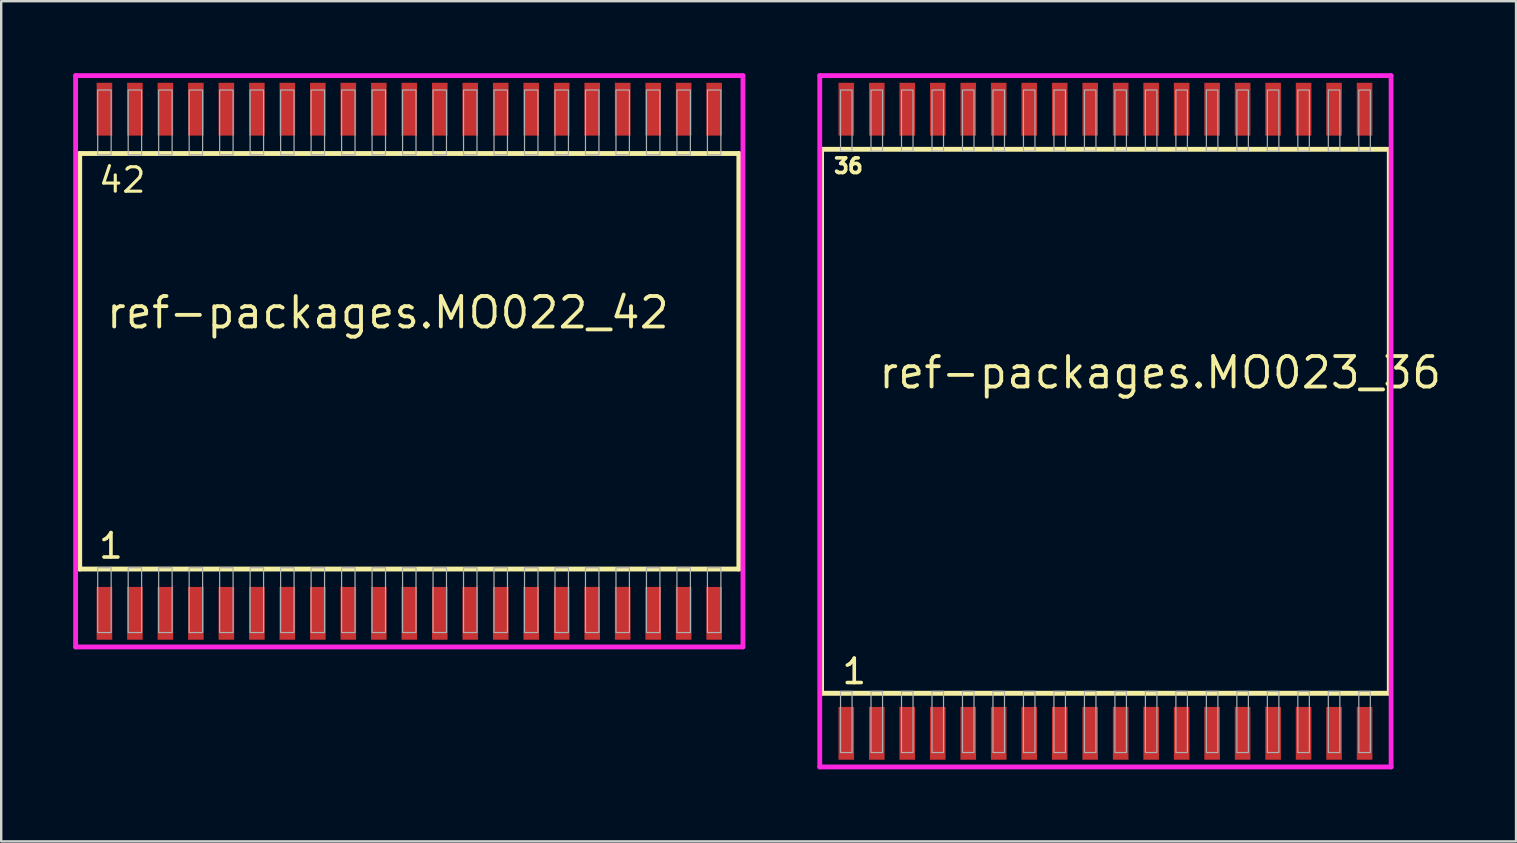
<source format=kicad_pcb>
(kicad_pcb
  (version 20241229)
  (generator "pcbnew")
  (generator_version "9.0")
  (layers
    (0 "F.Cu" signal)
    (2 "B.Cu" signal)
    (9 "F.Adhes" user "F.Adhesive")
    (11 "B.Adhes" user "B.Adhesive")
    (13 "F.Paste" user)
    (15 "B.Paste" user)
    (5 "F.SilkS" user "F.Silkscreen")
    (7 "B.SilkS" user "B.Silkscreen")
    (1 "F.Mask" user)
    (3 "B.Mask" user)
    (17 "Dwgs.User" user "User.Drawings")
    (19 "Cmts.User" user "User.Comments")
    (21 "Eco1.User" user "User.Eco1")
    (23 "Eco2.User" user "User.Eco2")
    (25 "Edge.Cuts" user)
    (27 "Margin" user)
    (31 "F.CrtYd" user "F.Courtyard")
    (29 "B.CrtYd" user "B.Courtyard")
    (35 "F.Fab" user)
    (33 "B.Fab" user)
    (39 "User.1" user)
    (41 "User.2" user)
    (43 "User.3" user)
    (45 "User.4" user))
  (footprint "ref-packages.MO022_42"
    (layer "F.Cu")
    (at 14 12)
    (property "Reference" "ref-packages.MO022_42" (at -12.7 -1.285 0) (layer "F.SilkS") (effects (font (size 1.27 1.27) (thickness 0.16)) (justify left bottom)))
    (attr smd)
    (fp_line (start -13.73 -8.655) (end 13.73 -8.655) (stroke (width 0.203) (type default)) (layer "F.SilkS"))
    (fp_line (start -13.73 8.655) (end -13.73 -8.655) (stroke (width 0.203) (type default)) (layer "F.SilkS"))
    (fp_line (start 13.73 -8.655) (end 13.73 8.655) (stroke (width 0.203) (type default)) (layer "F.SilkS"))
    (fp_line (start 13.73 8.655) (end -13.73 8.655) (stroke (width 0.203) (type default)) (layer "F.SilkS"))
    (fp_line (start -13.9 -11.9) (end 13.9 -11.9) (stroke (width 0.2) (type default)) (layer "F.CrtYd"))
    (fp_line (start -13.9 11.9) (end -13.9 -11.9) (stroke (width 0.2) (type default)) (layer "F.CrtYd"))
    (fp_line (start 13.9 -11.9) (end 13.9 11.9) (stroke (width 0.2) (type default)) (layer "F.CrtYd"))
    (fp_line (start 13.9 11.9) (end -13.9 11.9) (stroke (width 0.2) (type default)) (layer "F.CrtYd"))
    (fp_rect (start -12.98 -8.6) (end -12.42 -11.3) (stroke (width 0.05) (type default)) (fill no) (layer "F.Fab"))
    (fp_rect (start -12.98 11.3) (end -12.42 8.6) (stroke (width 0.05) (type default)) (fill no) (layer "F.Fab"))
    (fp_rect (start -11.71 -8.6) (end -11.15 -11.3) (stroke (width 0.05) (type default)) (fill no) (layer "F.Fab"))
    (fp_rect (start -11.71 11.3) (end -11.15 8.6) (stroke (width 0.05) (type default)) (fill no) (layer "F.Fab"))
    (fp_rect (start -10.44 -8.6) (end -9.88 -11.3) (stroke (width 0.05) (type default)) (fill no) (layer "F.Fab"))
    (fp_rect (start -10.44 11.3) (end -9.88 8.6) (stroke (width 0.05) (type default)) (fill no) (layer "F.Fab"))
    (fp_rect (start -9.17 -8.6) (end -8.61 -11.3) (stroke (width 0.05) (type default)) (fill no) (layer "F.Fab"))
    (fp_rect (start -9.17 11.3) (end -8.61 8.6) (stroke (width 0.05) (type default)) (fill no) (layer "F.Fab"))
    (fp_rect (start -7.9 -8.6) (end -7.34 -11.3) (stroke (width 0.05) (type default)) (fill no) (layer "F.Fab"))
    (fp_rect (start -7.9 11.3) (end -7.34 8.6) (stroke (width 0.05) (type default)) (fill no) (layer "F.Fab"))
    (fp_rect (start -6.63 -8.6) (end -6.07 -11.3) (stroke (width 0.05) (type default)) (fill no) (layer "F.Fab"))
    (fp_rect (start -6.63 11.3) (end -6.07 8.6) (stroke (width 0.05) (type default)) (fill no) (layer "F.Fab"))
    (fp_rect (start -5.36 -8.6) (end -4.8 -11.3) (stroke (width 0.05) (type default)) (fill no) (layer "F.Fab"))
    (fp_rect (start -5.36 11.3) (end -4.8 8.6) (stroke (width 0.05) (type default)) (fill no) (layer "F.Fab"))
    (fp_rect (start -4.09 -8.6) (end -3.53 -11.3) (stroke (width 0.05) (type default)) (fill no) (layer "F.Fab"))
    (fp_rect (start -4.09 11.3) (end -3.53 8.6) (stroke (width 0.05) (type default)) (fill no) (layer "F.Fab"))
    (fp_rect (start -2.82 -8.6) (end -2.26 -11.3) (stroke (width 0.05) (type default)) (fill no) (layer "F.Fab"))
    (fp_rect (start -2.82 11.3) (end -2.26 8.6) (stroke (width 0.05) (type default)) (fill no) (layer "F.Fab"))
    (fp_rect (start -1.55 -8.6) (end -0.99 -11.3) (stroke (width 0.05) (type default)) (fill no) (layer "F.Fab"))
    (fp_rect (start -1.55 11.3) (end -0.99 8.6) (stroke (width 0.05) (type default)) (fill no) (layer "F.Fab"))
    (fp_rect (start -0.28 -8.6) (end 0.28 -11.3) (stroke (width 0.05) (type default)) (fill no) (layer "F.Fab"))
    (fp_rect (start -0.28 11.3) (end 0.28 8.6) (stroke (width 0.05) (type default)) (fill no) (layer "F.Fab"))
    (fp_rect (start 0.99 -8.6) (end 1.55 -11.3) (stroke (width 0.05) (type default)) (fill no) (layer "F.Fab"))
    (fp_rect (start 0.99 11.3) (end 1.55 8.6) (stroke (width 0.05) (type default)) (fill no) (layer "F.Fab"))
    (fp_rect (start 2.26 -8.6) (end 2.82 -11.3) (stroke (width 0.05) (type default)) (fill no) (layer "F.Fab"))
    (fp_rect (start 2.26 11.3) (end 2.82 8.6) (stroke (width 0.05) (type default)) (fill no) (layer "F.Fab"))
    (fp_rect (start 3.53 -8.6) (end 4.09 -11.3) (stroke (width 0.05) (type default)) (fill no) (layer "F.Fab"))
    (fp_rect (start 3.53 11.3) (end 4.09 8.6) (stroke (width 0.05) (type default)) (fill no) (layer "F.Fab"))
    (fp_rect (start 4.8 -8.6) (end 5.36 -11.3) (stroke (width 0.05) (type default)) (fill no) (layer "F.Fab"))
    (fp_rect (start 4.8 11.3) (end 5.36 8.6) (stroke (width 0.05) (type default)) (fill no) (layer "F.Fab"))
    (fp_rect (start 6.07 -8.6) (end 6.63 -11.3) (stroke (width 0.05) (type default)) (fill no) (layer "F.Fab"))
    (fp_rect (start 6.07 11.3) (end 6.63 8.6) (stroke (width 0.05) (type default)) (fill no) (layer "F.Fab"))
    (fp_rect (start 7.34 -8.6) (end 7.9 -11.3) (stroke (width 0.05) (type default)) (fill no) (layer "F.Fab"))
    (fp_rect (start 7.34 11.3) (end 7.9 8.6) (stroke (width 0.05) (type default)) (fill no) (layer "F.Fab"))
    (fp_rect (start 8.61 -8.6) (end 9.17 -11.3) (stroke (width 0.05) (type default)) (fill no) (layer "F.Fab"))
    (fp_rect (start 8.61 11.3) (end 9.17 8.6) (stroke (width 0.05) (type default)) (fill no) (layer "F.Fab"))
    (fp_rect (start 9.88 -8.6) (end 10.44 -11.3) (stroke (width 0.05) (type default)) (fill no) (layer "F.Fab"))
    (fp_rect (start 9.88 11.3) (end 10.44 8.6) (stroke (width 0.05) (type default)) (fill no) (layer "F.Fab"))
    (fp_rect (start 11.15 -8.6) (end 11.71 -11.3) (stroke (width 0.05) (type default)) (fill no) (layer "F.Fab"))
    (fp_rect (start 11.15 11.3) (end 11.71 8.6) (stroke (width 0.05) (type default)) (fill no) (layer "F.Fab"))
    (fp_rect (start 12.42 -8.6) (end 12.98 -11.3) (stroke (width 0.05) (type default)) (fill no) (layer "F.Fab"))
    (fp_rect (start 12.42 11.3) (end 12.98 8.6) (stroke (width 0.05) (type default)) (fill no) (layer "F.Fab"))
    (fp_text user "42" (at -13.011 -6.955 0) (layer "F.SilkS") (effects (font (size 1.016 1.016) (thickness 0.13)) (justify left bottom)))
    (fp_text user "1" (at -13.011 8.285 0) (layer "F.SilkS") (effects (font (size 1.016 1.016) (thickness 0.15)) (justify left bottom)))
    (pad "1" smd roundrect (at -12.7 10.5) (size 0.65 2.2) (layers "F.Cu" "F.Mask" "F.Paste") (roundrect_rratio 0.01))
    (pad "2" smd roundrect (at -11.43 10.5) (size 0.65 2.2) (layers "F.Cu" "F.Mask" "F.Paste") (roundrect_rratio 0.01))
    (pad "3" smd roundrect (at -10.16 10.5) (size 0.65 2.2) (layers "F.Cu" "F.Mask" "F.Paste") (roundrect_rratio 0.01))
    (pad "4" smd roundrect (at -8.89 10.5) (size 0.65 2.2) (layers "F.Cu" "F.Mask" "F.Paste") (roundrect_rratio 0.01))
    (pad "5" smd roundrect (at -7.62 10.5) (size 0.65 2.2) (layers "F.Cu" "F.Mask" "F.Paste") (roundrect_rratio 0.01))
    (pad "6" smd roundrect (at -6.35 10.5) (size 0.65 2.2) (layers "F.Cu" "F.Mask" "F.Paste") (roundrect_rratio 0.01))
    (pad "7" smd roundrect (at -5.08 10.5) (size 0.65 2.2) (layers "F.Cu" "F.Mask" "F.Paste") (roundrect_rratio 0.01))
    (pad "8" smd roundrect (at -3.81 10.5) (size 0.65 2.2) (layers "F.Cu" "F.Mask" "F.Paste") (roundrect_rratio 0.01))
    (pad "9" smd roundrect (at -2.54 10.5) (size 0.65 2.2) (layers "F.Cu" "F.Mask" "F.Paste") (roundrect_rratio 0.01))
    (pad "10" smd roundrect (at -1.27 10.5) (size 0.65 2.2) (layers "F.Cu" "F.Mask" "F.Paste") (roundrect_rratio 0.01))
    (pad "11" smd roundrect (at 0 10.5) (size 0.65 2.2) (layers "F.Cu" "F.Mask" "F.Paste") (roundrect_rratio 0.01))
    (pad "12" smd roundrect (at 1.27 10.5) (size 0.65 2.2) (layers "F.Cu" "F.Mask" "F.Paste") (roundrect_rratio 0.01))
    (pad "13" smd roundrect (at 2.54 10.5) (size 0.65 2.2) (layers "F.Cu" "F.Mask" "F.Paste") (roundrect_rratio 0.01))
    (pad "14" smd roundrect (at 3.81 10.5) (size 0.65 2.2) (layers "F.Cu" "F.Mask" "F.Paste") (roundrect_rratio 0.01))
    (pad "15" smd roundrect (at 5.08 10.5) (size 0.65 2.2) (layers "F.Cu" "F.Mask" "F.Paste") (roundrect_rratio 0.01))
    (pad "16" smd roundrect (at 6.35 10.5) (size 0.65 2.2) (layers "F.Cu" "F.Mask" "F.Paste") (roundrect_rratio 0.01))
    (pad "17" smd roundrect (at 7.62 10.5) (size 0.65 2.2) (layers "F.Cu" "F.Mask" "F.Paste") (roundrect_rratio 0.01))
    (pad "18" smd roundrect (at 8.89 10.5) (size 0.65 2.2) (layers "F.Cu" "F.Mask" "F.Paste") (roundrect_rratio 0.01))
    (pad "19" smd roundrect (at 10.16 10.5) (size 0.65 2.2) (layers "F.Cu" "F.Mask" "F.Paste") (roundrect_rratio 0.01))
    (pad "20" smd roundrect (at 11.43 10.5) (size 0.65 2.2) (layers "F.Cu" "F.Mask" "F.Paste") (roundrect_rratio 0.01))
    (pad "21" smd roundrect (at 12.7 10.5) (size 0.65 2.2) (layers "F.Cu" "F.Mask" "F.Paste") (roundrect_rratio 0.01))
    (pad "22" smd roundrect (at 12.7 -10.5) (size 0.65 2.2) (layers "F.Cu" "F.Mask" "F.Paste") (roundrect_rratio 0.01))
    (pad "23" smd roundrect (at 11.43 -10.5) (size 0.65 2.2) (layers "F.Cu" "F.Mask" "F.Paste") (roundrect_rratio 0.01))
    (pad "24" smd roundrect (at 10.16 -10.5) (size 0.65 2.2) (layers "F.Cu" "F.Mask" "F.Paste") (roundrect_rratio 0.01))
    (pad "25" smd roundrect (at 8.89 -10.5) (size 0.65 2.2) (layers "F.Cu" "F.Mask" "F.Paste") (roundrect_rratio 0.01))
    (pad "26" smd roundrect (at 7.62 -10.5) (size 0.65 2.2) (layers "F.Cu" "F.Mask" "F.Paste") (roundrect_rratio 0.01))
    (pad "27" smd roundrect (at 6.35 -10.5) (size 0.65 2.2) (layers "F.Cu" "F.Mask" "F.Paste") (roundrect_rratio 0.01))
    (pad "28" smd roundrect (at 5.08 -10.5) (size 0.65 2.2) (layers "F.Cu" "F.Mask" "F.Paste") (roundrect_rratio 0.01))
    (pad "29" smd roundrect (at 3.81 -10.5) (size 0.65 2.2) (layers "F.Cu" "F.Mask" "F.Paste") (roundrect_rratio 0.01))
    (pad "30" smd roundrect (at 2.54 -10.5) (size 0.65 2.2) (layers "F.Cu" "F.Mask" "F.Paste") (roundrect_rratio 0.01))
    (pad "31" smd roundrect (at 1.27 -10.5) (size 0.65 2.2) (layers "F.Cu" "F.Mask" "F.Paste") (roundrect_rratio 0.01))
    (pad "32" smd roundrect (at 0 -10.5) (size 0.65 2.2) (layers "F.Cu" "F.Mask" "F.Paste") (roundrect_rratio 0.01))
    (pad "33" smd roundrect (at -1.27 -10.5) (size 0.65 2.2) (layers "F.Cu" "F.Mask" "F.Paste") (roundrect_rratio 0.01))
    (pad "34" smd roundrect (at -2.54 -10.5) (size 0.65 2.2) (layers "F.Cu" "F.Mask" "F.Paste") (roundrect_rratio 0.01))
    (pad "35" smd roundrect (at -3.81 -10.5) (size 0.65 2.2) (layers "F.Cu" "F.Mask" "F.Paste") (roundrect_rratio 0.01))
    (pad "36" smd roundrect (at -5.08 -10.5) (size 0.65 2.2) (layers "F.Cu" "F.Mask" "F.Paste") (roundrect_rratio 0.01))
    (pad "37" smd roundrect (at -6.35 -10.5) (size 0.65 2.2) (layers "F.Cu" "F.Mask" "F.Paste") (roundrect_rratio 0.01))
    (pad "38" smd roundrect (at -7.62 -10.5) (size 0.65 2.2) (layers "F.Cu" "F.Mask" "F.Paste") (roundrect_rratio 0.01))
    (pad "39" smd roundrect (at -8.89 -10.5) (size 0.65 2.2) (layers "F.Cu" "F.Mask" "F.Paste") (roundrect_rratio 0.01))
    (pad "40" smd roundrect (at -10.16 -10.5) (size 0.65 2.2) (layers "F.Cu" "F.Mask" "F.Paste") (roundrect_rratio 0.01))
    (pad "41" smd roundrect (at -11.43 -10.5) (size 0.65 2.2) (layers "F.Cu" "F.Mask" "F.Paste") (roundrect_rratio 0.01))
    (pad "42" smd roundrect (at -12.7 -10.5) (size 0.65 2.2) (layers "F.Cu" "F.Mask" "F.Paste") (roundrect_rratio 0.01)))
  (footprint "ref-packages.MO023_36"
    (layer "F.Cu")
    (at 43 14.5)
    (property "Reference" "ref-packages.MO023_36" (at -9.525 -1.285 0) (layer "F.SilkS") (effects (font (size 1.27 1.27) (thickness 0.16)) (justify left bottom)))
    (attr smd)
    (fp_line (start -11.825 -11.33) (end 11.825 -11.33) (stroke (width 0.203) (type default)) (layer "F.SilkS"))
    (fp_line (start -11.825 11.33) (end -11.825 -11.33) (stroke (width 0.203) (type default)) (layer "F.SilkS"))
    (fp_line (start 11.825 -11.33) (end 11.825 11.33) (stroke (width 0.203) (type default)) (layer "F.SilkS"))
    (fp_line (start 11.825 11.33) (end -11.825 11.33) (stroke (width 0.203) (type default)) (layer "F.SilkS"))
    (fp_line (start -11.9 -14.4) (end 11.9 -14.4) (stroke (width 0.2) (type default)) (layer "F.CrtYd"))
    (fp_line (start -11.9 14.4) (end -11.9 -14.4) (stroke (width 0.2) (type default)) (layer "F.CrtYd"))
    (fp_line (start 11.9 -14.4) (end 11.9 14.4) (stroke (width 0.2) (type default)) (layer "F.CrtYd"))
    (fp_line (start 11.9 14.4) (end -11.9 14.4) (stroke (width 0.2) (type default)) (layer "F.CrtYd"))
    (fp_rect (start -11.035 -11.25) (end -10.555 -13.8) (stroke (width 0.05) (type default)) (fill no) (layer "F.Fab"))
    (fp_rect (start -11.035 13.8) (end -10.555 11.25) (stroke (width 0.05) (type default)) (fill no) (layer "F.Fab"))
    (fp_rect (start -9.765 -11.25) (end -9.285 -13.8) (stroke (width 0.05) (type default)) (fill no) (layer "F.Fab"))
    (fp_rect (start -9.765 13.8) (end -9.285 11.25) (stroke (width 0.05) (type default)) (fill no) (layer "F.Fab"))
    (fp_rect (start -8.495 -11.25) (end -8.015 -13.8) (stroke (width 0.05) (type default)) (fill no) (layer "F.Fab"))
    (fp_rect (start -8.495 13.8) (end -8.015 11.25) (stroke (width 0.05) (type default)) (fill no) (layer "F.Fab"))
    (fp_rect (start -7.225 -11.25) (end -6.745 -13.8) (stroke (width 0.05) (type default)) (fill no) (layer "F.Fab"))
    (fp_rect (start -7.225 13.8) (end -6.745 11.25) (stroke (width 0.05) (type default)) (fill no) (layer "F.Fab"))
    (fp_rect (start -5.955 -11.25) (end -5.475 -13.8) (stroke (width 0.05) (type default)) (fill no) (layer "F.Fab"))
    (fp_rect (start -5.955 13.8) (end -5.475 11.25) (stroke (width 0.05) (type default)) (fill no) (layer "F.Fab"))
    (fp_rect (start -4.685 -11.25) (end -4.205 -13.8) (stroke (width 0.05) (type default)) (fill no) (layer "F.Fab"))
    (fp_rect (start -4.685 13.8) (end -4.205 11.25) (stroke (width 0.05) (type default)) (fill no) (layer "F.Fab"))
    (fp_rect (start -3.415 -11.25) (end -2.935 -13.8) (stroke (width 0.05) (type default)) (fill no) (layer "F.Fab"))
    (fp_rect (start -3.415 13.8) (end -2.935 11.25) (stroke (width 0.05) (type default)) (fill no) (layer "F.Fab"))
    (fp_rect (start -2.145 -11.25) (end -1.665 -13.8) (stroke (width 0.05) (type default)) (fill no) (layer "F.Fab"))
    (fp_rect (start -2.145 13.8) (end -1.665 11.25) (stroke (width 0.05) (type default)) (fill no) (layer "F.Fab"))
    (fp_rect (start -0.875 -11.25) (end -0.395 -13.8) (stroke (width 0.05) (type default)) (fill no) (layer "F.Fab"))
    (fp_rect (start -0.875 13.8) (end -0.395 11.25) (stroke (width 0.05) (type default)) (fill no) (layer "F.Fab"))
    (fp_rect (start 0.395 -11.25) (end 0.875 -13.8) (stroke (width 0.05) (type default)) (fill no) (layer "F.Fab"))
    (fp_rect (start 0.395 13.8) (end 0.875 11.25) (stroke (width 0.05) (type default)) (fill no) (layer "F.Fab"))
    (fp_rect (start 1.665 -11.25) (end 2.145 -13.8) (stroke (width 0.05) (type default)) (fill no) (layer "F.Fab"))
    (fp_rect (start 1.665 13.8) (end 2.145 11.25) (stroke (width 0.05) (type default)) (fill no) (layer "F.Fab"))
    (fp_rect (start 2.935 -11.25) (end 3.415 -13.8) (stroke (width 0.05) (type default)) (fill no) (layer "F.Fab"))
    (fp_rect (start 2.935 13.8) (end 3.415 11.25) (stroke (width 0.05) (type default)) (fill no) (layer "F.Fab"))
    (fp_rect (start 4.205 -11.25) (end 4.685 -13.8) (stroke (width 0.05) (type default)) (fill no) (layer "F.Fab"))
    (fp_rect (start 4.205 13.8) (end 4.685 11.25) (stroke (width 0.05) (type default)) (fill no) (layer "F.Fab"))
    (fp_rect (start 5.475 -11.25) (end 5.955 -13.8) (stroke (width 0.05) (type default)) (fill no) (layer "F.Fab"))
    (fp_rect (start 5.475 13.8) (end 5.955 11.25) (stroke (width 0.05) (type default)) (fill no) (layer "F.Fab"))
    (fp_rect (start 6.745 -11.25) (end 7.225 -13.8) (stroke (width 0.05) (type default)) (fill no) (layer "F.Fab"))
    (fp_rect (start 6.745 13.8) (end 7.225 11.25) (stroke (width 0.05) (type default)) (fill no) (layer "F.Fab"))
    (fp_rect (start 8.015 -11.25) (end 8.495 -13.8) (stroke (width 0.05) (type default)) (fill no) (layer "F.Fab"))
    (fp_rect (start 8.015 13.8) (end 8.495 11.25) (stroke (width 0.05) (type default)) (fill no) (layer "F.Fab"))
    (fp_rect (start 9.285 -11.25) (end 9.765 -13.8) (stroke (width 0.05) (type default)) (fill no) (layer "F.Fab"))
    (fp_rect (start 9.285 13.8) (end 9.765 11.25) (stroke (width 0.05) (type default)) (fill no) (layer "F.Fab"))
    (fp_rect (start 10.555 -11.25) (end 11.035 -13.8) (stroke (width 0.05) (type default)) (fill no) (layer "F.Fab"))
    (fp_rect (start 10.555 13.8) (end 11.035 11.25) (stroke (width 0.05) (type default)) (fill no) (layer "F.Fab"))
    (fp_text user "1" (at -11.046 11.015 0) (layer "F.SilkS") (effects (font (size 1.016 1.016) (thickness 0.15)) (justify left bottom)))
    (fp_text user "36" (at -11.386 -10.28 0) (layer "F.SilkS") (effects (font (size 0.61 0.61) (thickness 0.15)) (justify left bottom)))
    (pad "1" smd roundrect (at -10.795 13) (size 0.65 2.2) (layers "F.Cu" "F.Mask" "F.Paste") (roundrect_rratio 0.01))
    (pad "2" smd roundrect (at -9.525 13) (size 0.65 2.2) (layers "F.Cu" "F.Mask" "F.Paste") (roundrect_rratio 0.01))
    (pad "3" smd roundrect (at -8.255 13) (size 0.65 2.2) (layers "F.Cu" "F.Mask" "F.Paste") (roundrect_rratio 0.01))
    (pad "4" smd roundrect (at -6.985 13) (size 0.65 2.2) (layers "F.Cu" "F.Mask" "F.Paste") (roundrect_rratio 0.01))
    (pad "5" smd roundrect (at -5.715 13) (size 0.65 2.2) (layers "F.Cu" "F.Mask" "F.Paste") (roundrect_rratio 0.01))
    (pad "6" smd roundrect (at -4.445 13) (size 0.65 2.2) (layers "F.Cu" "F.Mask" "F.Paste") (roundrect_rratio 0.01))
    (pad "7" smd roundrect (at -3.175 13) (size 0.65 2.2) (layers "F.Cu" "F.Mask" "F.Paste") (roundrect_rratio 0.01))
    (pad "8" smd roundrect (at -1.905 13) (size 0.65 2.2) (layers "F.Cu" "F.Mask" "F.Paste") (roundrect_rratio 0.01))
    (pad "9" smd roundrect (at -0.635 13) (size 0.65 2.2) (layers "F.Cu" "F.Mask" "F.Paste") (roundrect_rratio 0.01))
    (pad "10" smd roundrect (at 0.635 13) (size 0.65 2.2) (layers "F.Cu" "F.Mask" "F.Paste") (roundrect_rratio 0.01))
    (pad "11" smd roundrect (at 1.905 13) (size 0.65 2.2) (layers "F.Cu" "F.Mask" "F.Paste") (roundrect_rratio 0.01))
    (pad "12" smd roundrect (at 3.175 13) (size 0.65 2.2) (layers "F.Cu" "F.Mask" "F.Paste") (roundrect_rratio 0.01))
    (pad "13" smd roundrect (at 4.445 13) (size 0.65 2.2) (layers "F.Cu" "F.Mask" "F.Paste") (roundrect_rratio 0.01))
    (pad "14" smd roundrect (at 5.715 13) (size 0.65 2.2) (layers "F.Cu" "F.Mask" "F.Paste") (roundrect_rratio 0.01))
    (pad "15" smd roundrect (at 6.985 13) (size 0.65 2.2) (layers "F.Cu" "F.Mask" "F.Paste") (roundrect_rratio 0.01))
    (pad "16" smd roundrect (at 8.255 13) (size 0.65 2.2) (layers "F.Cu" "F.Mask" "F.Paste") (roundrect_rratio 0.01))
    (pad "17" smd roundrect (at 9.525 13) (size 0.65 2.2) (layers "F.Cu" "F.Mask" "F.Paste") (roundrect_rratio 0.01))
    (pad "18" smd roundrect (at 10.795 13) (size 0.65 2.2) (layers "F.Cu" "F.Mask" "F.Paste") (roundrect_rratio 0.01))
    (pad "19" smd roundrect (at 10.795 -13) (size 0.65 2.2) (layers "F.Cu" "F.Mask" "F.Paste") (roundrect_rratio 0.01))
    (pad "20" smd roundrect (at 9.525 -13) (size 0.65 2.2) (layers "F.Cu" "F.Mask" "F.Paste") (roundrect_rratio 0.01))
    (pad "21" smd roundrect (at 8.255 -13) (size 0.65 2.2) (layers "F.Cu" "F.Mask" "F.Paste") (roundrect_rratio 0.01))
    (pad "22" smd roundrect (at 6.985 -13) (size 0.65 2.2) (layers "F.Cu" "F.Mask" "F.Paste") (roundrect_rratio 0.01))
    (pad "23" smd roundrect (at 5.715 -13) (size 0.65 2.2) (layers "F.Cu" "F.Mask" "F.Paste") (roundrect_rratio 0.01))
    (pad "24" smd roundrect (at 4.445 -13) (size 0.65 2.2) (layers "F.Cu" "F.Mask" "F.Paste") (roundrect_rratio 0.01))
    (pad "25" smd roundrect (at 3.175 -13) (size 0.65 2.2) (layers "F.Cu" "F.Mask" "F.Paste") (roundrect_rratio 0.01))
    (pad "26" smd roundrect (at 1.905 -13) (size 0.65 2.2) (layers "F.Cu" "F.Mask" "F.Paste") (roundrect_rratio 0.01))
    (pad "27" smd roundrect (at 0.635 -13) (size 0.65 2.2) (layers "F.Cu" "F.Mask" "F.Paste") (roundrect_rratio 0.01))
    (pad "28" smd roundrect (at -0.635 -13) (size 0.65 2.2) (layers "F.Cu" "F.Mask" "F.Paste") (roundrect_rratio 0.01))
    (pad "29" smd roundrect (at -1.905 -13) (size 0.65 2.2) (layers "F.Cu" "F.Mask" "F.Paste") (roundrect_rratio 0.01))
    (pad "30" smd roundrect (at -3.175 -13) (size 0.65 2.2) (layers "F.Cu" "F.Mask" "F.Paste") (roundrect_rratio 0.01))
    (pad "31" smd roundrect (at -4.445 -13) (size 0.65 2.2) (layers "F.Cu" "F.Mask" "F.Paste") (roundrect_rratio 0.01))
    (pad "32" smd roundrect (at -5.715 -13) (size 0.65 2.2) (layers "F.Cu" "F.Mask" "F.Paste") (roundrect_rratio 0.01))
    (pad "33" smd roundrect (at -6.985 -13) (size 0.65 2.2) (layers "F.Cu" "F.Mask" "F.Paste") (roundrect_rratio 0.01))
    (pad "34" smd roundrect (at -8.255 -13) (size 0.65 2.2) (layers "F.Cu" "F.Mask" "F.Paste") (roundrect_rratio 0.01))
    (pad "35" smd roundrect (at -9.525 -13) (size 0.65 2.2) (layers "F.Cu" "F.Mask" "F.Paste") (roundrect_rratio 0.01))
    (pad "36" smd roundrect (at -10.795 -13) (size 0.65 2.2) (layers "F.Cu" "F.Mask" "F.Paste") (roundrect_rratio 0.01)))
  (gr_rect
    (start -3 -3)
    (end 60.105 32)
    (stroke (width 0.1) (type default))
    (fill no)
    (layer "Edge.Cuts")))
</source>
